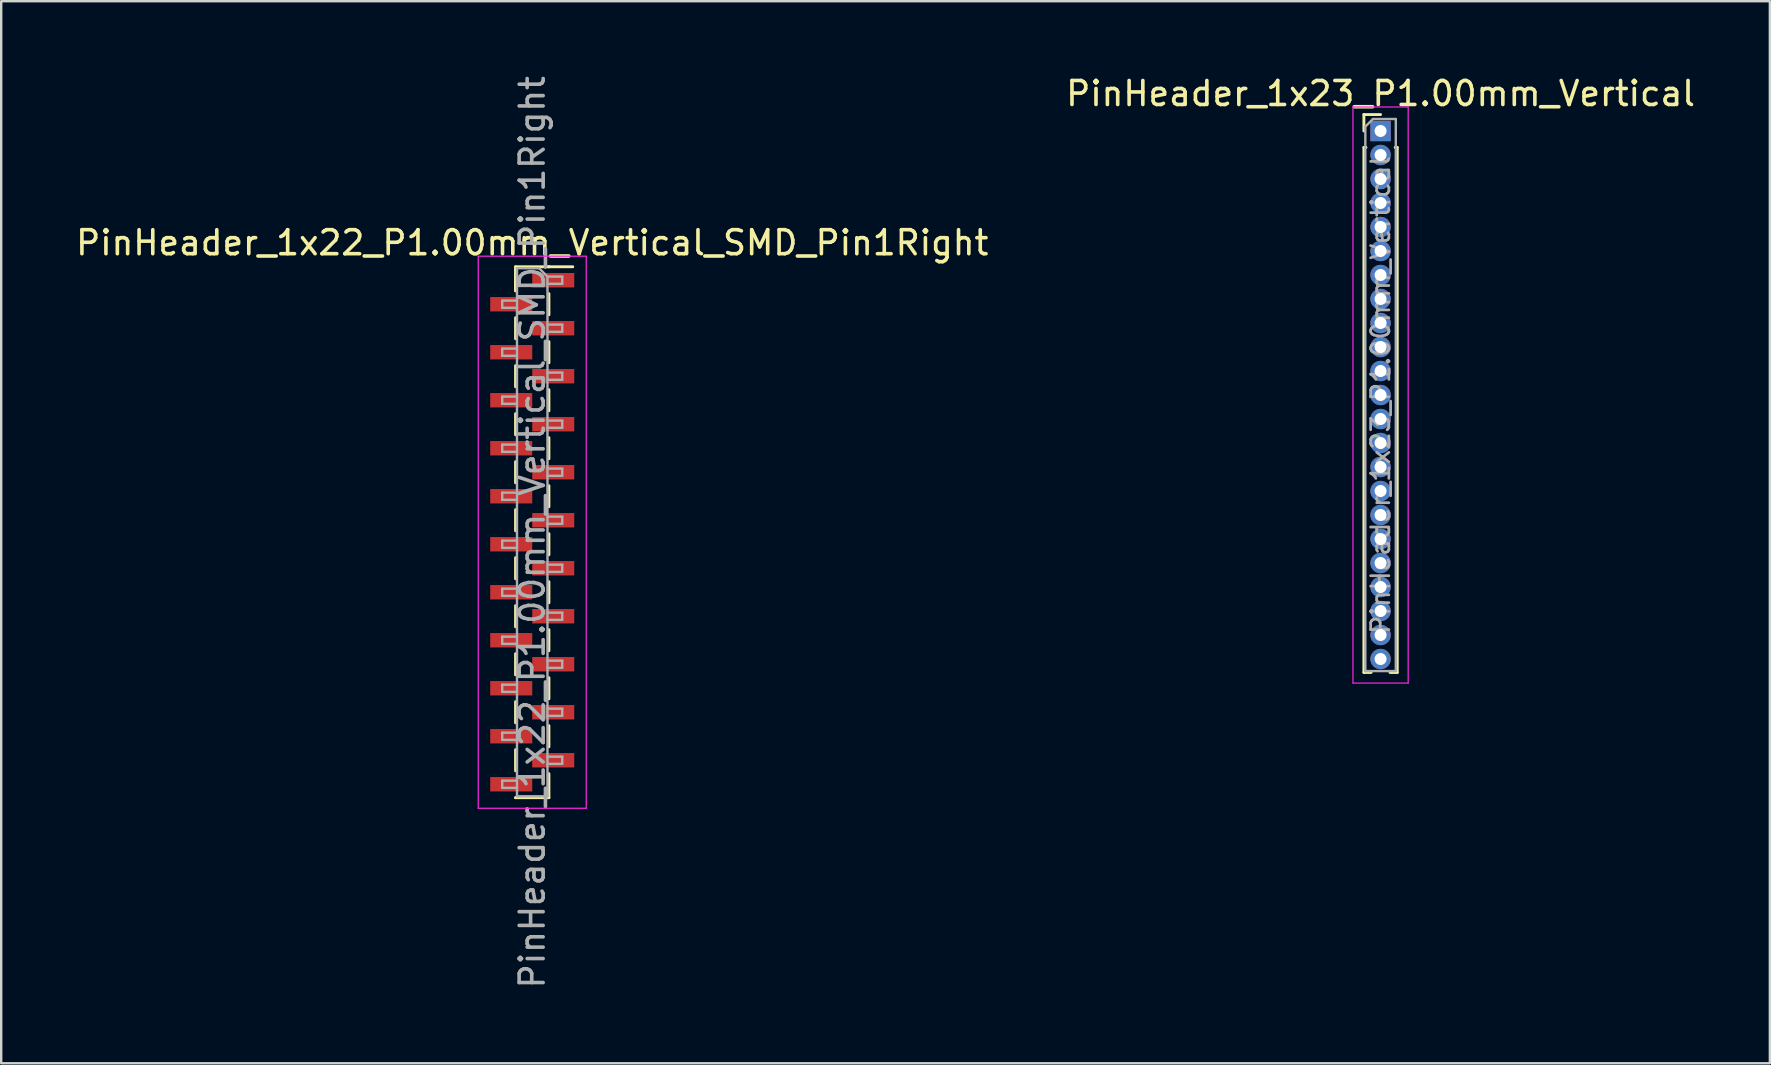
<source format=kicad_pcb>
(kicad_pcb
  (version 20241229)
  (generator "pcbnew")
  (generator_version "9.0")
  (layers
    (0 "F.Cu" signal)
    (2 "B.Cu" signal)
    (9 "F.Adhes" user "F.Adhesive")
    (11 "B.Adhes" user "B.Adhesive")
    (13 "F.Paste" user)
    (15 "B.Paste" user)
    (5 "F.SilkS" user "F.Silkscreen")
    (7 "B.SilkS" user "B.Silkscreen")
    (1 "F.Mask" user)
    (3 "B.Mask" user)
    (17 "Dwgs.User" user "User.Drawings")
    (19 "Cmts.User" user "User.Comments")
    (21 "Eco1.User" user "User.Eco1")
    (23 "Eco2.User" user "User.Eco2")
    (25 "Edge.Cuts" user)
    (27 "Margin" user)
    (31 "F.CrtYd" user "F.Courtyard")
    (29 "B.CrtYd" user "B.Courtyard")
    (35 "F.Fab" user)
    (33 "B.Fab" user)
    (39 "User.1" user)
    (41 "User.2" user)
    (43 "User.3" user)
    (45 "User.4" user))
  (footprint "PinHeader_1x23_P1.00mm_Vertical"
    (layer "F.Cu")
    (at 54.47 2.408)
    (property "Reference" "PinHeader_1x23_P1.00mm_Vertical" (at 0 -1.56 0) (layer "F.SilkS") (effects (font (size 1 1) (thickness 0.15))))
    (attr through_hole)
    (fp_line (start -0.695 -0.685) (end 0 -0.685) (stroke (width 0.12) (type solid)) (layer "F.SilkS"))
    (fp_line (start -0.695 0) (end -0.695 -0.685) (stroke (width 0.12) (type solid)) (layer "F.SilkS"))
    (fp_line (start -0.695 0.685) (end -0.695 22.56) (stroke (width 0.12) (type solid)) (layer "F.SilkS"))
    (fp_line (start -0.695 0.685) (end -0.608 0.685) (stroke (width 0.12) (type solid)) (layer "F.SilkS"))
    (fp_line (start -0.695 22.56) (end -0.394 22.56) (stroke (width 0.12) (type solid)) (layer "F.SilkS"))
    (fp_line (start 0.394 22.56) (end 0.695 22.56) (stroke (width 0.12) (type solid)) (layer "F.SilkS"))
    (fp_line (start 0.608 0.685) (end 0.695 0.685) (stroke (width 0.12) (type solid)) (layer "F.SilkS"))
    (fp_line (start 0.695 0.685) (end 0.695 22.56) (stroke (width 0.12) (type solid)) (layer "F.SilkS"))
    (fp_line (start -1.15 -1) (end -1.15 23) (stroke (width 0.05) (type solid)) (layer "F.CrtYd"))
    (fp_line (start -1.15 23) (end 1.15 23) (stroke (width 0.05) (type solid)) (layer "F.CrtYd"))
    (fp_line (start 1.15 -1) (end -1.15 -1) (stroke (width 0.05) (type solid)) (layer "F.CrtYd"))
    (fp_line (start 1.15 23) (end 1.15 -1) (stroke (width 0.05) (type solid)) (layer "F.CrtYd"))
    (fp_line (start -0.635 -0.182) (end -0.318 -0.5) (stroke (width 0.1) (type solid)) (layer "F.Fab"))
    (fp_line (start -0.635 22.5) (end -0.635 -0.182) (stroke (width 0.1) (type solid)) (layer "F.Fab"))
    (fp_line (start -0.318 -0.5) (end 0.635 -0.5) (stroke (width 0.1) (type solid)) (layer "F.Fab"))
    (fp_line (start 0.635 -0.5) (end 0.635 22.5) (stroke (width 0.1) (type solid)) (layer "F.Fab"))
    (fp_line (start 0.635 22.5) (end -0.635 22.5) (stroke (width 0.1) (type solid)) (layer "F.Fab"))
    (fp_text user "${REFERENCE}" (at 0 11 90) (layer "F.Fab") (effects (font (size 0.76 0.76) (thickness 0.114))))
    (pad "1" thru_hole rect (at 0 0) (size 0.85 0.85) (drill 0.5) (layers "*.Cu" "*.Mask"))
    (pad "2" thru_hole oval (at 0 1) (size 0.85 0.85) (drill 0.5) (layers "*.Cu" "*.Mask"))
    (pad "3" thru_hole oval (at 0 2) (size 0.85 0.85) (drill 0.5) (layers "*.Cu" "*.Mask"))
    (pad "4" thru_hole oval (at 0 3) (size 0.85 0.85) (drill 0.5) (layers "*.Cu" "*.Mask"))
    (pad "5" thru_hole oval (at 0 4) (size 0.85 0.85) (drill 0.5) (layers "*.Cu" "*.Mask"))
    (pad "6" thru_hole oval (at 0 5) (size 0.85 0.85) (drill 0.5) (layers "*.Cu" "*.Mask"))
    (pad "7" thru_hole oval (at 0 6) (size 0.85 0.85) (drill 0.5) (layers "*.Cu" "*.Mask"))
    (pad "8" thru_hole oval (at 0 7) (size 0.85 0.85) (drill 0.5) (layers "*.Cu" "*.Mask"))
    (pad "9" thru_hole oval (at 0 8) (size 0.85 0.85) (drill 0.5) (layers "*.Cu" "*.Mask"))
    (pad "10" thru_hole oval (at 0 9) (size 0.85 0.85) (drill 0.5) (layers "*.Cu" "*.Mask"))
    (pad "11" thru_hole oval (at 0 10) (size 0.85 0.85) (drill 0.5) (layers "*.Cu" "*.Mask"))
    (pad "12" thru_hole oval (at 0 11) (size 0.85 0.85) (drill 0.5) (layers "*.Cu" "*.Mask"))
    (pad "13" thru_hole oval (at 0 12) (size 0.85 0.85) (drill 0.5) (layers "*.Cu" "*.Mask"))
    (pad "14" thru_hole oval (at 0 13) (size 0.85 0.85) (drill 0.5) (layers "*.Cu" "*.Mask"))
    (pad "15" thru_hole oval (at 0 14) (size 0.85 0.85) (drill 0.5) (layers "*.Cu" "*.Mask"))
    (pad "16" thru_hole oval (at 0 15) (size 0.85 0.85) (drill 0.5) (layers "*.Cu" "*.Mask"))
    (pad "17" thru_hole oval (at 0 16) (size 0.85 0.85) (drill 0.5) (layers "*.Cu" "*.Mask"))
    (pad "18" thru_hole oval (at 0 17) (size 0.85 0.85) (drill 0.5) (layers "*.Cu" "*.Mask"))
    (pad "19" thru_hole oval (at 0 18) (size 0.85 0.85) (drill 0.5) (layers "*.Cu" "*.Mask"))
    (pad "20" thru_hole oval (at 0 19) (size 0.85 0.85) (drill 0.5) (layers "*.Cu" "*.Mask"))
    (pad "21" thru_hole oval (at 0 20) (size 0.85 0.85) (drill 0.5) (layers "*.Cu" "*.Mask"))
    (pad "22" thru_hole oval (at 0 21) (size 0.85 0.85) (drill 0.5) (layers "*.Cu" "*.Mask"))
    (pad "23" thru_hole oval (at 0 22) (size 0.85 0.85) (drill 0.5) (layers "*.Cu" "*.Mask")))
  (footprint "PinHeader_1x22_P1.00mm_Vertical_SMD_Pin1Right"
    (layer "F.Cu")
    (at 19.125 19.125)
    (property "Reference" "PinHeader_1x22_P1.00mm_Vertical_SMD_Pin1Right" (at 0 -12.06 0) (layer "F.SilkS") (effects (font (size 1 1) (thickness 0.15))))
    (attr smd)
    (fp_line (start -0.695 -11.06) (end -0.695 -10.06) (stroke (width 0.12) (type solid)) (layer "F.SilkS"))
    (fp_line (start -0.695 -11.06) (end 0.695 -11.06) (stroke (width 0.12) (type solid)) (layer "F.SilkS"))
    (fp_line (start -0.695 -10.94) (end -0.695 -10.06) (stroke (width 0.12) (type solid)) (layer "F.SilkS"))
    (fp_line (start -0.695 -8.94) (end -0.695 -8.06) (stroke (width 0.12) (type solid)) (layer "F.SilkS"))
    (fp_line (start -0.695 -6.94) (end -0.695 -6.06) (stroke (width 0.12) (type solid)) (layer "F.SilkS"))
    (fp_line (start -0.695 -4.94) (end -0.695 -4.06) (stroke (width 0.12) (type solid)) (layer "F.SilkS"))
    (fp_line (start -0.695 -2.94) (end -0.695 -2.06) (stroke (width 0.12) (type solid)) (layer "F.SilkS"))
    (fp_line (start -0.695 -0.94) (end -0.695 -0.06) (stroke (width 0.12) (type solid)) (layer "F.SilkS"))
    (fp_line (start -0.695 1.06) (end -0.695 1.94) (stroke (width 0.12) (type solid)) (layer "F.SilkS"))
    (fp_line (start -0.695 3.06) (end -0.695 3.94) (stroke (width 0.12) (type solid)) (layer "F.SilkS"))
    (fp_line (start -0.695 5.06) (end -0.695 5.94) (stroke (width 0.12) (type solid)) (layer "F.SilkS"))
    (fp_line (start -0.695 7.06) (end -0.695 7.94) (stroke (width 0.12) (type solid)) (layer "F.SilkS"))
    (fp_line (start -0.695 9.06) (end -0.695 9.94) (stroke (width 0.12) (type solid)) (layer "F.SilkS"))
    (fp_line (start -0.695 11.06) (end -0.695 11.06) (stroke (width 0.12) (type solid)) (layer "F.SilkS"))
    (fp_line (start -0.695 11.06) (end 0.695 11.06) (stroke (width 0.12) (type solid)) (layer "F.SilkS"))
    (fp_line (start 0.695 -11.06) (end 0.695 -11.06) (stroke (width 0.12) (type solid)) (layer "F.SilkS"))
    (fp_line (start 0.695 -11.06) (end 1.69 -11.06) (stroke (width 0.12) (type solid)) (layer "F.SilkS"))
    (fp_line (start 0.695 -9.94) (end 0.695 -9.06) (stroke (width 0.12) (type solid)) (layer "F.SilkS"))
    (fp_line (start 0.695 -7.94) (end 0.695 -7.06) (stroke (width 0.12) (type solid)) (layer "F.SilkS"))
    (fp_line (start 0.695 -5.94) (end 0.695 -5.06) (stroke (width 0.12) (type solid)) (layer "F.SilkS"))
    (fp_line (start 0.695 -3.94) (end 0.695 -3.06) (stroke (width 0.12) (type solid)) (layer "F.SilkS"))
    (fp_line (start 0.695 -1.94) (end 0.695 -1.06) (stroke (width 0.12) (type solid)) (layer "F.SilkS"))
    (fp_line (start 0.695 0.06) (end 0.695 0.94) (stroke (width 0.12) (type solid)) (layer "F.SilkS"))
    (fp_line (start 0.695 2.06) (end 0.695 2.94) (stroke (width 0.12) (type solid)) (layer "F.SilkS"))
    (fp_line (start 0.695 4.06) (end 0.695 4.94) (stroke (width 0.12) (type solid)) (layer "F.SilkS"))
    (fp_line (start 0.695 6.06) (end 0.695 6.94) (stroke (width 0.12) (type solid)) (layer "F.SilkS"))
    (fp_line (start 0.695 8.06) (end 0.695 8.94) (stroke (width 0.12) (type solid)) (layer "F.SilkS"))
    (fp_line (start 0.695 10.06) (end 0.695 11.06) (stroke (width 0.12) (type solid)) (layer "F.SilkS"))
    (fp_line (start -2.25 -11.5) (end -2.25 11.5) (stroke (width 0.05) (type solid)) (layer "F.CrtYd"))
    (fp_line (start -2.25 11.5) (end 2.25 11.5) (stroke (width 0.05) (type solid)) (layer "F.CrtYd"))
    (fp_line (start 2.25 -11.5) (end -2.25 -11.5) (stroke (width 0.05) (type solid)) (layer "F.CrtYd"))
    (fp_line (start 2.25 11.5) (end 2.25 -11.5) (stroke (width 0.05) (type solid)) (layer "F.CrtYd"))
    (fp_line (start -1.25 -9.65) (end -1.25 -9.35) (stroke (width 0.1) (type solid)) (layer "F.Fab"))
    (fp_line (start -1.25 -9.35) (end -0.635 -9.35) (stroke (width 0.1) (type solid)) (layer "F.Fab"))
    (fp_line (start -1.25 -7.65) (end -1.25 -7.35) (stroke (width 0.1) (type solid)) (layer "F.Fab"))
    (fp_line (start -1.25 -7.35) (end -0.635 -7.35) (stroke (width 0.1) (type solid)) (layer "F.Fab"))
    (fp_line (start -1.25 -5.65) (end -1.25 -5.35) (stroke (width 0.1) (type solid)) (layer "F.Fab"))
    (fp_line (start -1.25 -5.35) (end -0.635 -5.35) (stroke (width 0.1) (type solid)) (layer "F.Fab"))
    (fp_line (start -1.25 -3.65) (end -1.25 -3.35) (stroke (width 0.1) (type solid)) (layer "F.Fab"))
    (fp_line (start -1.25 -3.35) (end -0.635 -3.35) (stroke (width 0.1) (type solid)) (layer "F.Fab"))
    (fp_line (start -1.25 -1.65) (end -1.25 -1.35) (stroke (width 0.1) (type solid)) (layer "F.Fab"))
    (fp_line (start -1.25 -1.35) (end -0.635 -1.35) (stroke (width 0.1) (type solid)) (layer "F.Fab"))
    (fp_line (start -1.25 0.35) (end -1.25 0.65) (stroke (width 0.1) (type solid)) (layer "F.Fab"))
    (fp_line (start -1.25 0.65) (end -0.635 0.65) (stroke (width 0.1) (type solid)) (layer "F.Fab"))
    (fp_line (start -1.25 2.35) (end -1.25 2.65) (stroke (width 0.1) (type solid)) (layer "F.Fab"))
    (fp_line (start -1.25 2.65) (end -0.635 2.65) (stroke (width 0.1) (type solid)) (layer "F.Fab"))
    (fp_line (start -1.25 4.35) (end -1.25 4.65) (stroke (width 0.1) (type solid)) (layer "F.Fab"))
    (fp_line (start -1.25 4.65) (end -0.635 4.65) (stroke (width 0.1) (type solid)) (layer "F.Fab"))
    (fp_line (start -1.25 6.35) (end -1.25 6.65) (stroke (width 0.1) (type solid)) (layer "F.Fab"))
    (fp_line (start -1.25 6.65) (end -0.635 6.65) (stroke (width 0.1) (type solid)) (layer "F.Fab"))
    (fp_line (start -1.25 8.35) (end -1.25 8.65) (stroke (width 0.1) (type solid)) (layer "F.Fab"))
    (fp_line (start -1.25 8.65) (end -0.635 8.65) (stroke (width 0.1) (type solid)) (layer "F.Fab"))
    (fp_line (start -1.25 10.35) (end -1.25 10.65) (stroke (width 0.1) (type solid)) (layer "F.Fab"))
    (fp_line (start -1.25 10.65) (end -0.635 10.65) (stroke (width 0.1) (type solid)) (layer "F.Fab"))
    (fp_line (start -0.635 -11) (end -0.635 11) (stroke (width 0.1) (type solid)) (layer "F.Fab"))
    (fp_line (start -0.635 -11) (end 0.285 -11) (stroke (width 0.1) (type solid)) (layer "F.Fab"))
    (fp_line (start -0.635 -9.65) (end -1.25 -9.65) (stroke (width 0.1) (type solid)) (layer "F.Fab"))
    (fp_line (start -0.635 -7.65) (end -1.25 -7.65) (stroke (width 0.1) (type solid)) (layer "F.Fab"))
    (fp_line (start -0.635 -5.65) (end -1.25 -5.65) (stroke (width 0.1) (type solid)) (layer "F.Fab"))
    (fp_line (start -0.635 -3.65) (end -1.25 -3.65) (stroke (width 0.1) (type solid)) (layer "F.Fab"))
    (fp_line (start -0.635 -1.65) (end -1.25 -1.65) (stroke (width 0.1) (type solid)) (layer "F.Fab"))
    (fp_line (start -0.635 0.35) (end -1.25 0.35) (stroke (width 0.1) (type solid)) (layer "F.Fab"))
    (fp_line (start -0.635 2.35) (end -1.25 2.35) (stroke (width 0.1) (type solid)) (layer "F.Fab"))
    (fp_line (start -0.635 4.35) (end -1.25 4.35) (stroke (width 0.1) (type solid)) (layer "F.Fab"))
    (fp_line (start -0.635 6.35) (end -1.25 6.35) (stroke (width 0.1) (type solid)) (layer "F.Fab"))
    (fp_line (start -0.635 8.35) (end -1.25 8.35) (stroke (width 0.1) (type solid)) (layer "F.Fab"))
    (fp_line (start -0.635 10.35) (end -1.25 10.35) (stroke (width 0.1) (type solid)) (layer "F.Fab"))
    (fp_line (start 0.635 -10.65) (end 0.285 -11) (stroke (width 0.1) (type solid)) (layer "F.Fab"))
    (fp_line (start 0.635 -10.65) (end 1.25 -10.65) (stroke (width 0.1) (type solid)) (layer "F.Fab"))
    (fp_line (start 0.635 -8.65) (end 1.25 -8.65) (stroke (width 0.1) (type solid)) (layer "F.Fab"))
    (fp_line (start 0.635 -6.65) (end 1.25 -6.65) (stroke (width 0.1) (type solid)) (layer "F.Fab"))
    (fp_line (start 0.635 -4.65) (end 1.25 -4.65) (stroke (width 0.1) (type solid)) (layer "F.Fab"))
    (fp_line (start 0.635 -2.65) (end 1.25 -2.65) (stroke (width 0.1) (type solid)) (layer "F.Fab"))
    (fp_line (start 0.635 -0.65) (end 1.25 -0.65) (stroke (width 0.1) (type solid)) (layer "F.Fab"))
    (fp_line (start 0.635 1.35) (end 1.25 1.35) (stroke (width 0.1) (type solid)) (layer "F.Fab"))
    (fp_line (start 0.635 3.35) (end 1.25 3.35) (stroke (width 0.1) (type solid)) (layer "F.Fab"))
    (fp_line (start 0.635 5.35) (end 1.25 5.35) (stroke (width 0.1) (type solid)) (layer "F.Fab"))
    (fp_line (start 0.635 7.35) (end 1.25 7.35) (stroke (width 0.1) (type solid)) (layer "F.Fab"))
    (fp_line (start 0.635 9.35) (end 1.25 9.35) (stroke (width 0.1) (type solid)) (layer "F.Fab"))
    (fp_line (start 0.635 11) (end -0.635 11) (stroke (width 0.1) (type solid)) (layer "F.Fab"))
    (fp_line (start 0.635 11) (end 0.635 -10.65) (stroke (width 0.1) (type solid)) (layer "F.Fab"))
    (fp_line (start 1.25 -10.65) (end 1.25 -10.35) (stroke (width 0.1) (type solid)) (layer "F.Fab"))
    (fp_line (start 1.25 -10.35) (end 0.635 -10.35) (stroke (width 0.1) (type solid)) (layer "F.Fab"))
    (fp_line (start 1.25 -8.65) (end 1.25 -8.35) (stroke (width 0.1) (type solid)) (layer "F.Fab"))
    (fp_line (start 1.25 -8.35) (end 0.635 -8.35) (stroke (width 0.1) (type solid)) (layer "F.Fab"))
    (fp_line (start 1.25 -6.65) (end 1.25 -6.35) (stroke (width 0.1) (type solid)) (layer "F.Fab"))
    (fp_line (start 1.25 -6.35) (end 0.635 -6.35) (stroke (width 0.1) (type solid)) (layer "F.Fab"))
    (fp_line (start 1.25 -4.65) (end 1.25 -4.35) (stroke (width 0.1) (type solid)) (layer "F.Fab"))
    (fp_line (start 1.25 -4.35) (end 0.635 -4.35) (stroke (width 0.1) (type solid)) (layer "F.Fab"))
    (fp_line (start 1.25 -2.65) (end 1.25 -2.35) (stroke (width 0.1) (type solid)) (layer "F.Fab"))
    (fp_line (start 1.25 -2.35) (end 0.635 -2.35) (stroke (width 0.1) (type solid)) (layer "F.Fab"))
    (fp_line (start 1.25 -0.65) (end 1.25 -0.35) (stroke (width 0.1) (type solid)) (layer "F.Fab"))
    (fp_line (start 1.25 -0.35) (end 0.635 -0.35) (stroke (width 0.1) (type solid)) (layer "F.Fab"))
    (fp_line (start 1.25 1.35) (end 1.25 1.65) (stroke (width 0.1) (type solid)) (layer "F.Fab"))
    (fp_line (start 1.25 1.65) (end 0.635 1.65) (stroke (width 0.1) (type solid)) (layer "F.Fab"))
    (fp_line (start 1.25 3.35) (end 1.25 3.65) (stroke (width 0.1) (type solid)) (layer "F.Fab"))
    (fp_line (start 1.25 3.65) (end 0.635 3.65) (stroke (width 0.1) (type solid)) (layer "F.Fab"))
    (fp_line (start 1.25 5.35) (end 1.25 5.65) (stroke (width 0.1) (type solid)) (layer "F.Fab"))
    (fp_line (start 1.25 5.65) (end 0.635 5.65) (stroke (width 0.1) (type solid)) (layer "F.Fab"))
    (fp_line (start 1.25 7.35) (end 1.25 7.65) (stroke (width 0.1) (type solid)) (layer "F.Fab"))
    (fp_line (start 1.25 7.65) (end 0.635 7.65) (stroke (width 0.1) (type solid)) (layer "F.Fab"))
    (fp_line (start 1.25 9.35) (end 1.25 9.65) (stroke (width 0.1) (type solid)) (layer "F.Fab"))
    (fp_line (start 1.25 9.65) (end 0.635 9.65) (stroke (width 0.1) (type solid)) (layer "F.Fab"))
    (fp_text user "${REFERENCE}" (at 0 0 90) (layer "F.Fab") (effects (font (size 1 1) (thickness 0.15))))
    (pad "1" smd rect (at 0.875 -10.5) (size 1.75 0.6) (layers "F.Cu" "F.Mask" "F.Paste"))
    (pad "2" smd rect (at -0.875 -9.5) (size 1.75 0.6) (layers "F.Cu" "F.Mask" "F.Paste"))
    (pad "3" smd rect (at 0.875 -8.5) (size 1.75 0.6) (layers "F.Cu" "F.Mask" "F.Paste"))
    (pad "4" smd rect (at -0.875 -7.5) (size 1.75 0.6) (layers "F.Cu" "F.Mask" "F.Paste"))
    (pad "5" smd rect (at 0.875 -6.5) (size 1.75 0.6) (layers "F.Cu" "F.Mask" "F.Paste"))
    (pad "6" smd rect (at -0.875 -5.5) (size 1.75 0.6) (layers "F.Cu" "F.Mask" "F.Paste"))
    (pad "7" smd rect (at 0.875 -4.5) (size 1.75 0.6) (layers "F.Cu" "F.Mask" "F.Paste"))
    (pad "8" smd rect (at -0.875 -3.5) (size 1.75 0.6) (layers "F.Cu" "F.Mask" "F.Paste"))
    (pad "9" smd rect (at 0.875 -2.5) (size 1.75 0.6) (layers "F.Cu" "F.Mask" "F.Paste"))
    (pad "10" smd rect (at -0.875 -1.5) (size 1.75 0.6) (layers "F.Cu" "F.Mask" "F.Paste"))
    (pad "11" smd rect (at 0.875 -0.5) (size 1.75 0.6) (layers "F.Cu" "F.Mask" "F.Paste"))
    (pad "12" smd rect (at -0.875 0.5) (size 1.75 0.6) (layers "F.Cu" "F.Mask" "F.Paste"))
    (pad "13" smd rect (at 0.875 1.5) (size 1.75 0.6) (layers "F.Cu" "F.Mask" "F.Paste"))
    (pad "14" smd rect (at -0.875 2.5) (size 1.75 0.6) (layers "F.Cu" "F.Mask" "F.Paste"))
    (pad "15" smd rect (at 0.875 3.5) (size 1.75 0.6) (layers "F.Cu" "F.Mask" "F.Paste"))
    (pad "16" smd rect (at -0.875 4.5) (size 1.75 0.6) (layers "F.Cu" "F.Mask" "F.Paste"))
    (pad "17" smd rect (at 0.875 5.5) (size 1.75 0.6) (layers "F.Cu" "F.Mask" "F.Paste"))
    (pad "18" smd rect (at -0.875 6.5) (size 1.75 0.6) (layers "F.Cu" "F.Mask" "F.Paste"))
    (pad "19" smd rect (at 0.875 7.5) (size 1.75 0.6) (layers "F.Cu" "F.Mask" "F.Paste"))
    (pad "20" smd rect (at -0.875 8.5) (size 1.75 0.6) (layers "F.Cu" "F.Mask" "F.Paste"))
    (pad "21" smd rect (at 0.875 9.5) (size 1.75 0.6) (layers "F.Cu" "F.Mask" "F.Paste"))
    (pad "22" smd rect (at -0.875 10.5) (size 1.75 0.6) (layers "F.Cu" "F.Mask" "F.Paste")))
  (gr_rect
    (start -3 -3)
    (end 70.69 41.25)
    (stroke (width 0.1) (type default))
    (fill no)
    (layer "Edge.Cuts")))
</source>
